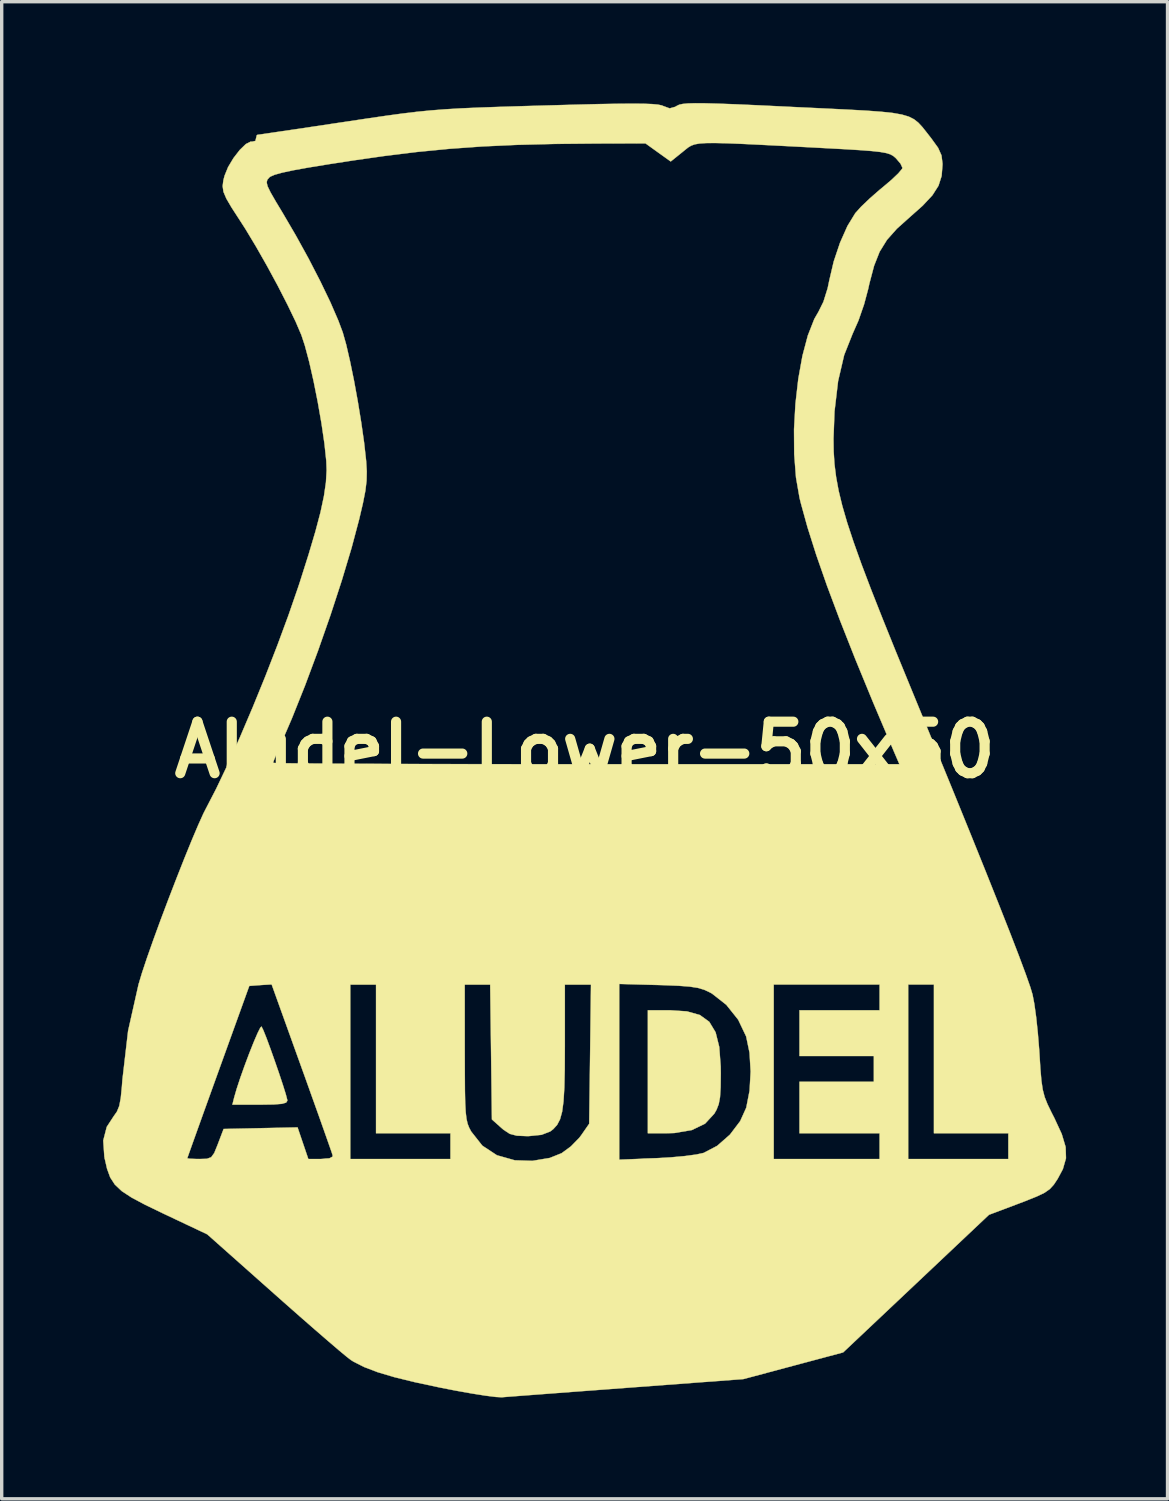
<source format=kicad_pcb>
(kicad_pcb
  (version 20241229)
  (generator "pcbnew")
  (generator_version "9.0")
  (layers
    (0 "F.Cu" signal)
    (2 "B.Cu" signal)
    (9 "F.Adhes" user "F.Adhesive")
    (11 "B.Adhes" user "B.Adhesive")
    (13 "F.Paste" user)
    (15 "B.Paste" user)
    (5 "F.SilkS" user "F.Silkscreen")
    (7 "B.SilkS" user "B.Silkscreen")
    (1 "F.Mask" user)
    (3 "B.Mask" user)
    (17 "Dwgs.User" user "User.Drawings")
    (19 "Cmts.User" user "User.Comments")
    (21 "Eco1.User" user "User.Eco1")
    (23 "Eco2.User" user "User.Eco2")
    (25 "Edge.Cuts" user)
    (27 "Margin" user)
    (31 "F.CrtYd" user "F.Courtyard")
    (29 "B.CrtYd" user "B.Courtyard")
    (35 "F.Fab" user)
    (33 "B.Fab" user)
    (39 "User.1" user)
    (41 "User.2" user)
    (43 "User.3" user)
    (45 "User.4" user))
  (footprint "Aludel-Lower-50x50"
    (layer "F.Cu")
    (at 14.259 19.142)
    (property "Reference" "Aludel-Lower-50x50" (at 0 0 0) (layer "F.SilkS") (effects (font (size 1.524 1.524) (thickness 0.3))))
    (attr through_hole)
    (fp_poly (pts (xy 2.519 7.705) (xy 3.02 7.738) (xy 3.403 7.846) (xy 3.681 8.047) (xy 3.868 8.357) (xy 3.976 8.791) (xy 4.019 9.367) (xy 4.022 9.567) (xy 4.017 9.985) (xy 3.999 10.275) (xy 3.961 10.482) (xy 3.896 10.649) (xy 3.83 10.765) (xy 3.556 11.061) (xy 3.166 11.25) (xy 2.648 11.338) (xy 2.411 11.345) (xy 1.863 11.345) (xy 1.863 7.705) (xy 2.519 7.705)) (stroke (width 0.01) (type solid)) (fill yes) (layer "F.SilkS"))
    (fp_poly (pts (xy -9.516 8.295) (xy -9.423 8.527) (xy -9.306 8.844) (xy -9.177 9.207) (xy -9.049 9.578) (xy -8.936 9.919) (xy -8.851 10.191) (xy -8.808 10.357) (xy -8.805 10.381) (xy -8.842 10.438) (xy -8.967 10.474) (xy -9.209 10.493) (xy -9.592 10.499) (xy -9.619 10.499) (xy -10.432 10.499) (xy -10.38 10.29) (xy -10.305 10.03) (xy -10.197 9.702) (xy -10.069 9.342) (xy -9.933 8.98) (xy -9.802 8.651) (xy -9.689 8.388) (xy -9.607 8.223) (xy -9.57 8.186) (xy -9.516 8.295)) (stroke (width 0.01) (type solid)) (fill yes) (layer "F.SilkS"))
    (fp_poly (pts (xy 3.565 -19.135) (xy 3.965 -19.124) (xy 4.481 -19.105) (xy 5.128 -19.076) (xy 5.922 -19.038) (xy 6.223 -19.023) (xy 7.07 -18.983) (xy 7.765 -18.949) (xy 8.326 -18.918) (xy 8.771 -18.885) (xy 9.117 -18.848) (xy 9.382 -18.801) (xy 9.584 -18.741) (xy 9.739 -18.663) (xy 9.866 -18.563) (xy 9.982 -18.438) (xy 10.105 -18.284) (xy 10.252 -18.095) (xy 10.256 -18.09) (xy 10.453 -17.817) (xy 10.553 -17.593) (xy 10.583 -17.352) (xy 10.583 -17.316) (xy 10.557 -16.985) (xy 10.464 -16.695) (xy 10.283 -16.412) (xy 9.996 -16.105) (xy 9.639 -15.788) (xy 9.235 -15.426) (xy 8.939 -15.093) (xy 8.722 -14.742) (xy 8.558 -14.327) (xy 8.419 -13.802) (xy 8.384 -13.642) (xy 8.262 -13.185) (xy 8.097 -12.709) (xy 7.923 -12.315) (xy 7.673 -11.686) (xy 7.493 -10.914) (xy 7.387 -10.015) (xy 7.357 -9.211) (xy 7.362 -8.832) (xy 7.386 -8.459) (xy 7.434 -8.076) (xy 7.509 -7.669) (xy 7.617 -7.223) (xy 7.762 -6.724) (xy 7.949 -6.157) (xy 8.181 -5.507) (xy 8.464 -4.761) (xy 8.802 -3.903) (xy 9.199 -2.919) (xy 9.652 -1.816) (xy 10.296 -0.25) (xy 10.879 1.173) (xy 11.399 2.452) (xy 11.857 3.587) (xy 12.251 4.575) (xy 12.582 5.414) (xy 12.848 6.104) (xy 13.049 6.643) (xy 13.184 7.028) (xy 13.247 7.239) (xy 13.3 7.515) (xy 13.355 7.912) (xy 13.404 8.379) (xy 13.444 8.869) (xy 13.45 8.962) (xy 13.48 9.44) (xy 13.51 9.791) (xy 13.549 10.055) (xy 13.606 10.273) (xy 13.691 10.487) (xy 13.812 10.737) (xy 13.892 10.892) (xy 14.112 11.368) (xy 14.227 11.752) (xy 14.237 12.085) (xy 14.145 12.406) (xy 13.992 12.692) (xy 13.877 12.866) (xy 13.759 12.996) (xy 13.602 13.106) (xy 13.37 13.217) (xy 13.029 13.354) (xy 12.855 13.42) (xy 11.958 13.758) (xy 9.801 15.794) (xy 7.643 17.83) (xy 6.166 18.225) (xy 4.69 18.62) (xy 1.265 18.876) (xy 0.509 18.933) (xy -0.203 18.986) (xy -0.853 19.035) (xy -1.42 19.078) (xy -1.884 19.113) (xy -2.226 19.139) (xy -2.424 19.155) (xy -2.455 19.158) (xy -2.633 19.149) (xy -2.943 19.11) (xy -3.353 19.045) (xy -3.829 18.96) (xy -4.276 18.873) (xy -5.034 18.711) (xy -5.648 18.56) (xy -6.138 18.414) (xy -6.528 18.265) (xy -6.84 18.108) (xy -6.924 18.056) (xy -7.043 17.964) (xy -7.271 17.775) (xy -7.59 17.502) (xy -7.983 17.162) (xy -8.434 16.768) (xy -8.924 16.336) (xy -9.165 16.122) (xy -11.176 14.336) (xy -12.477 13.721) (xy -13.013 13.462) (xy -13.416 13.247) (xy -13.708 13.055) (xy -13.911 12.863) (xy -14.048 12.651) (xy -14.141 12.396) (xy -14.212 12.086) (xy -11.767 12.086) (xy -11.693 12.099) (xy -11.502 12.106) (xy -11.399 12.107) (xy -11.187 12.101) (xy -11.059 12.054) (xy -10.969 11.93) (xy -10.871 11.69) (xy -10.861 11.663) (xy -10.692 11.218) (xy -8.503 11.171) (xy -8.185 12.107) (xy -7.812 12.107) (xy -7.566 12.09) (xy -7.467 12.036) (xy -7.466 11.995) (xy -7.5 11.89) (xy -7.585 11.647) (xy -7.713 11.284) (xy -7.876 10.823) (xy -8.069 10.284) (xy -8.282 9.687) (xy -8.382 9.41) (xy -9.269 6.943) (xy -6.943 6.943) (xy -6.943 12.107) (xy -3.979 12.107) (xy -3.979 11.345) (xy -6.181 11.345) (xy -6.181 6.943) (xy -3.556 6.943) (xy -3.555 8.954) (xy -3.553 9.591) (xy -3.55 10.083) (xy -3.542 10.452) (xy -3.527 10.723) (xy -3.504 10.918) (xy -3.471 11.063) (xy -3.426 11.179) (xy -3.367 11.29) (xy -3.364 11.295) (xy -3.035 11.712) (xy -2.603 11.996) (xy -2.076 12.145) (xy -1.554 12.162) (xy -1.348 12.127) (xy 1.016 12.127) (xy 2.095 12.084) (xy 2.541 12.058) (xy 2.957 12.02) (xy 3.297 11.974) (xy 3.513 11.927) (xy 3.514 11.927) (xy 3.916 11.716) (xy 4.292 11.386) (xy 4.596 10.985) (xy 4.775 10.589) (xy 4.873 10.088) (xy 4.905 9.52) (xy 4.872 8.961) (xy 4.773 8.483) (xy 4.771 8.477) (xy 4.536 7.984) (xy 4.185 7.544) (xy 3.761 7.211) (xy 3.695 7.175) (xy 3.527 7.097) (xy 3.34 7.042) (xy 3.101 7.005) (xy 2.772 6.98) (xy 2.318 6.962) (xy 2.18 6.958) (xy 1.617 6.943) (xy 5.588 6.943) (xy 5.588 12.107) (xy 8.721 12.107) (xy 8.721 11.345) (xy 6.35 11.345) (xy 6.35 9.821) (xy 8.551 9.821) (xy 8.551 9.059) (xy 6.35 9.059) (xy 6.35 7.705) (xy 8.721 7.705) (xy 8.721 6.943) (xy 9.567 6.943) (xy 9.567 12.107) (xy 12.531 12.107) (xy 12.531 11.345) (xy 10.329 11.345) (xy 10.329 6.943) (xy 9.567 6.943) (xy 8.721 6.943) (xy 5.588 6.943) (xy 1.617 6.943) (xy 1.016 6.926) (xy 1.016 12.127) (xy -1.348 12.127) (xy -1.041 12.076) (xy -0.687 11.934) (xy -0.416 11.735) (xy -0.165 11.478) (xy -0.107 11.401) (xy 0.127 11.064) (xy 0.154 9.003) (xy 0.18 6.943) (xy -0.593 6.943) (xy -0.593 8.766) (xy -0.596 9.451) (xy -0.608 9.989) (xy -0.633 10.401) (xy -0.674 10.708) (xy -0.736 10.933) (xy -0.821 11.096) (xy -0.934 11.221) (xy -1.026 11.292) (xy -1.283 11.391) (xy -1.669 11.43) (xy -1.711 11.43) (xy -2.016 11.417) (xy -2.224 11.362) (xy -2.407 11.242) (xy -2.475 11.183) (xy -2.752 10.936) (xy -2.777 8.939) (xy -2.803 6.943) (xy -3.556 6.943) (xy -6.181 6.943) (xy -6.943 6.943) (xy -9.269 6.943) (xy -9.271 6.936) (xy -9.932 6.985) (xy -10.849 9.525) (xy -11.072 10.144) (xy -11.276 10.71) (xy -11.453 11.203) (xy -11.597 11.605) (xy -11.701 11.897) (xy -11.758 12.059) (xy -11.767 12.086) (xy -14.212 12.086) (xy -14.214 12.077) (xy -14.221 12.039) (xy -14.254 11.561) (xy -14.15 11.157) (xy -13.946 10.844) (xy -13.848 10.704) (xy -13.78 10.537) (xy -13.735 10.301) (xy -13.701 9.955) (xy -13.687 9.767) (xy -13.518 8.313) (xy -13.21 6.943) (xy -13.11 6.608) (xy -12.962 6.163) (xy -12.775 5.632) (xy -12.56 5.043) (xy -12.327 4.425) (xy -12.088 3.806) (xy -11.854 3.213) (xy -11.636 2.677) (xy -11.444 2.225) (xy -11.291 1.885) (xy -11.215 1.736) (xy -10.911 1.149) (xy -10.57 0.433) (xy -10.205 -0.382) (xy -9.83 -1.263) (xy -9.457 -2.178) (xy -9.1 -3.097) (xy -8.772 -3.986) (xy -8.486 -4.814) (xy -8.44 -4.953) (xy -8.179 -5.776) (xy -7.975 -6.463) (xy -7.824 -7.034) (xy -7.722 -7.513) (xy -7.663 -7.919) (xy -7.643 -8.273) (xy -7.653 -8.551) (xy -7.708 -9.068) (xy -7.795 -9.662) (xy -7.905 -10.291) (xy -8.029 -10.913) (xy -8.159 -11.486) (xy -8.288 -11.968) (xy -8.39 -12.277) (xy -8.56 -12.674) (xy -8.801 -13.174) (xy -9.09 -13.738) (xy -9.408 -14.325) (xy -9.733 -14.896) (xy -10.043 -15.411) (xy -10.215 -15.679) (xy -10.455 -16.049) (xy -10.611 -16.316) (xy -10.696 -16.516) (xy -10.72 -16.685) (xy -10.706 -16.795) (xy -9.418 -16.795) (xy -9.39 -16.678) (xy -9.302 -16.497) (xy -9.144 -16.223) (xy -8.944 -15.891) (xy -8.555 -15.226) (xy -8.178 -14.542) (xy -7.832 -13.871) (xy -7.532 -13.248) (xy -7.297 -12.705) (xy -7.166 -12.355) (xy -7.064 -11.994) (xy -6.951 -11.505) (xy -6.833 -10.93) (xy -6.72 -10.309) (xy -6.618 -9.684) (xy -6.534 -9.095) (xy -6.477 -8.584) (xy -6.473 -8.545) (xy -6.455 -8.243) (xy -6.461 -7.967) (xy -6.496 -7.67) (xy -6.568 -7.304) (xy -6.679 -6.829) (xy -6.905 -5.978) (xy -7.193 -5.018) (xy -7.528 -3.991) (xy -7.896 -2.94) (xy -8.281 -1.907) (xy -8.67 -0.934) (xy -9.009 -0.146) (xy -9.123 0.114) (xy -9.202 0.306) (xy -9.229 0.383) (xy -9.146 0.389) (xy -8.904 0.394) (xy -8.515 0.399) (xy -7.99 0.403) (xy -7.338 0.408) (xy -6.571 0.411) (xy -5.699 0.415) (xy -4.735 0.418) (xy -3.687 0.42) (xy -2.568 0.422) (xy -1.387 0.423) (xy -0.157 0.423) (xy 0.039 0.423) (xy 9.307 0.423) (xy 9.134 0.021) (xy 8.532 -1.399) (xy 8.005 -2.68) (xy 7.551 -3.829) (xy 7.166 -4.856) (xy 6.847 -5.77) (xy 6.59 -6.581) (xy 6.392 -7.297) (xy 6.353 -7.455) (xy 6.247 -8.063) (xy 6.194 -8.752) (xy 6.189 -9.49) (xy 6.231 -10.242) (xy 6.315 -10.978) (xy 6.438 -11.663) (xy 6.598 -12.265) (xy 6.789 -12.752) (xy 6.913 -12.967) (xy 7.059 -13.262) (xy 7.184 -13.662) (xy 7.233 -13.898) (xy 7.364 -14.456) (xy 7.55 -15.009) (xy 7.77 -15.504) (xy 8.002 -15.884) (xy 8.004 -15.886) (xy 8.172 -16.073) (xy 8.427 -16.317) (xy 8.722 -16.575) (xy 8.809 -16.646) (xy 9.072 -16.869) (xy 9.274 -17.061) (xy 9.385 -17.193) (xy 9.398 -17.224) (xy 9.341 -17.349) (xy 9.203 -17.51) (xy 9.194 -17.519) (xy 9.124 -17.578) (xy 9.039 -17.625) (xy 8.918 -17.663) (xy 8.74 -17.695) (xy 8.485 -17.723) (xy 8.13 -17.75) (xy 7.655 -17.779) (xy 7.039 -17.812) (xy 6.802 -17.825) (xy 5.94 -17.87) (xy 5.23 -17.906) (xy 4.656 -17.934) (xy 4.202 -17.952) (xy 3.851 -17.96) (xy 3.586 -17.958) (xy 3.392 -17.945) (xy 3.25 -17.92) (xy 3.146 -17.882) (xy 3.061 -17.832) (xy 2.981 -17.769) (xy 2.894 -17.698) (xy 2.54 -17.413) (xy 2.166 -17.681) (xy 1.793 -17.949) (xy 0.367 -17.945) (xy -0.885 -17.933) (xy -2.007 -17.905) (xy -3.036 -17.858) (xy -4.011 -17.788) (xy -4.969 -17.695) (xy -5.949 -17.574) (xy -6.858 -17.444) (xy -7.596 -17.33) (xy -8.182 -17.234) (xy -8.631 -17.153) (xy -8.957 -17.083) (xy -9.177 -17.022) (xy -9.305 -16.967) (xy -9.339 -16.942) (xy -9.398 -16.873) (xy -9.418 -16.795) (xy -10.706 -16.795) (xy -10.698 -16.858) (xy -10.663 -16.993) (xy -10.559 -17.248) (xy -10.399 -17.515) (xy -10.213 -17.755) (xy -10.032 -17.93) (xy -9.887 -18.003) (xy -9.853 -17.999) (xy -9.751 -18.022) (xy -9.737 -18.079) (xy -9.71 -18.19) (xy -9.688 -18.203) (xy -9.595 -18.215) (xy -9.356 -18.25) (xy -8.991 -18.304) (xy -8.52 -18.373) (xy -7.966 -18.456) (xy -7.348 -18.549) (xy -7.084 -18.588) (xy -6.434 -18.686) (xy -5.885 -18.766) (xy -5.409 -18.831) (xy -4.979 -18.883) (xy -4.565 -18.924) (xy -4.14 -18.957) (xy -3.677 -18.985) (xy -3.146 -19.008) (xy -2.52 -19.03) (xy -1.772 -19.053) (xy -1.208 -19.069) (xy -0.341 -19.093) (xy 0.372 -19.111) (xy 0.946 -19.121) (xy 1.397 -19.125) (xy 1.74 -19.122) (xy 1.991 -19.112) (xy 2.165 -19.096) (xy 2.277 -19.072) (xy 2.323 -19.053) (xy 2.508 -18.985) (xy 2.671 -19.03) (xy 2.727 -19.063) (xy 2.793 -19.094) (xy 2.894 -19.116) (xy 3.046 -19.131) (xy 3.264 -19.137) (xy 3.565 -19.135)) (stroke (width 0.01) (type solid)) (fill yes) (layer "F.SilkS")))
  (gr_rect
    (start -3 -3)
    (end 31.501 41.305)
    (stroke (width 0.1) (type default))
    (fill no)
    (layer "Edge.Cuts")))
</source>
